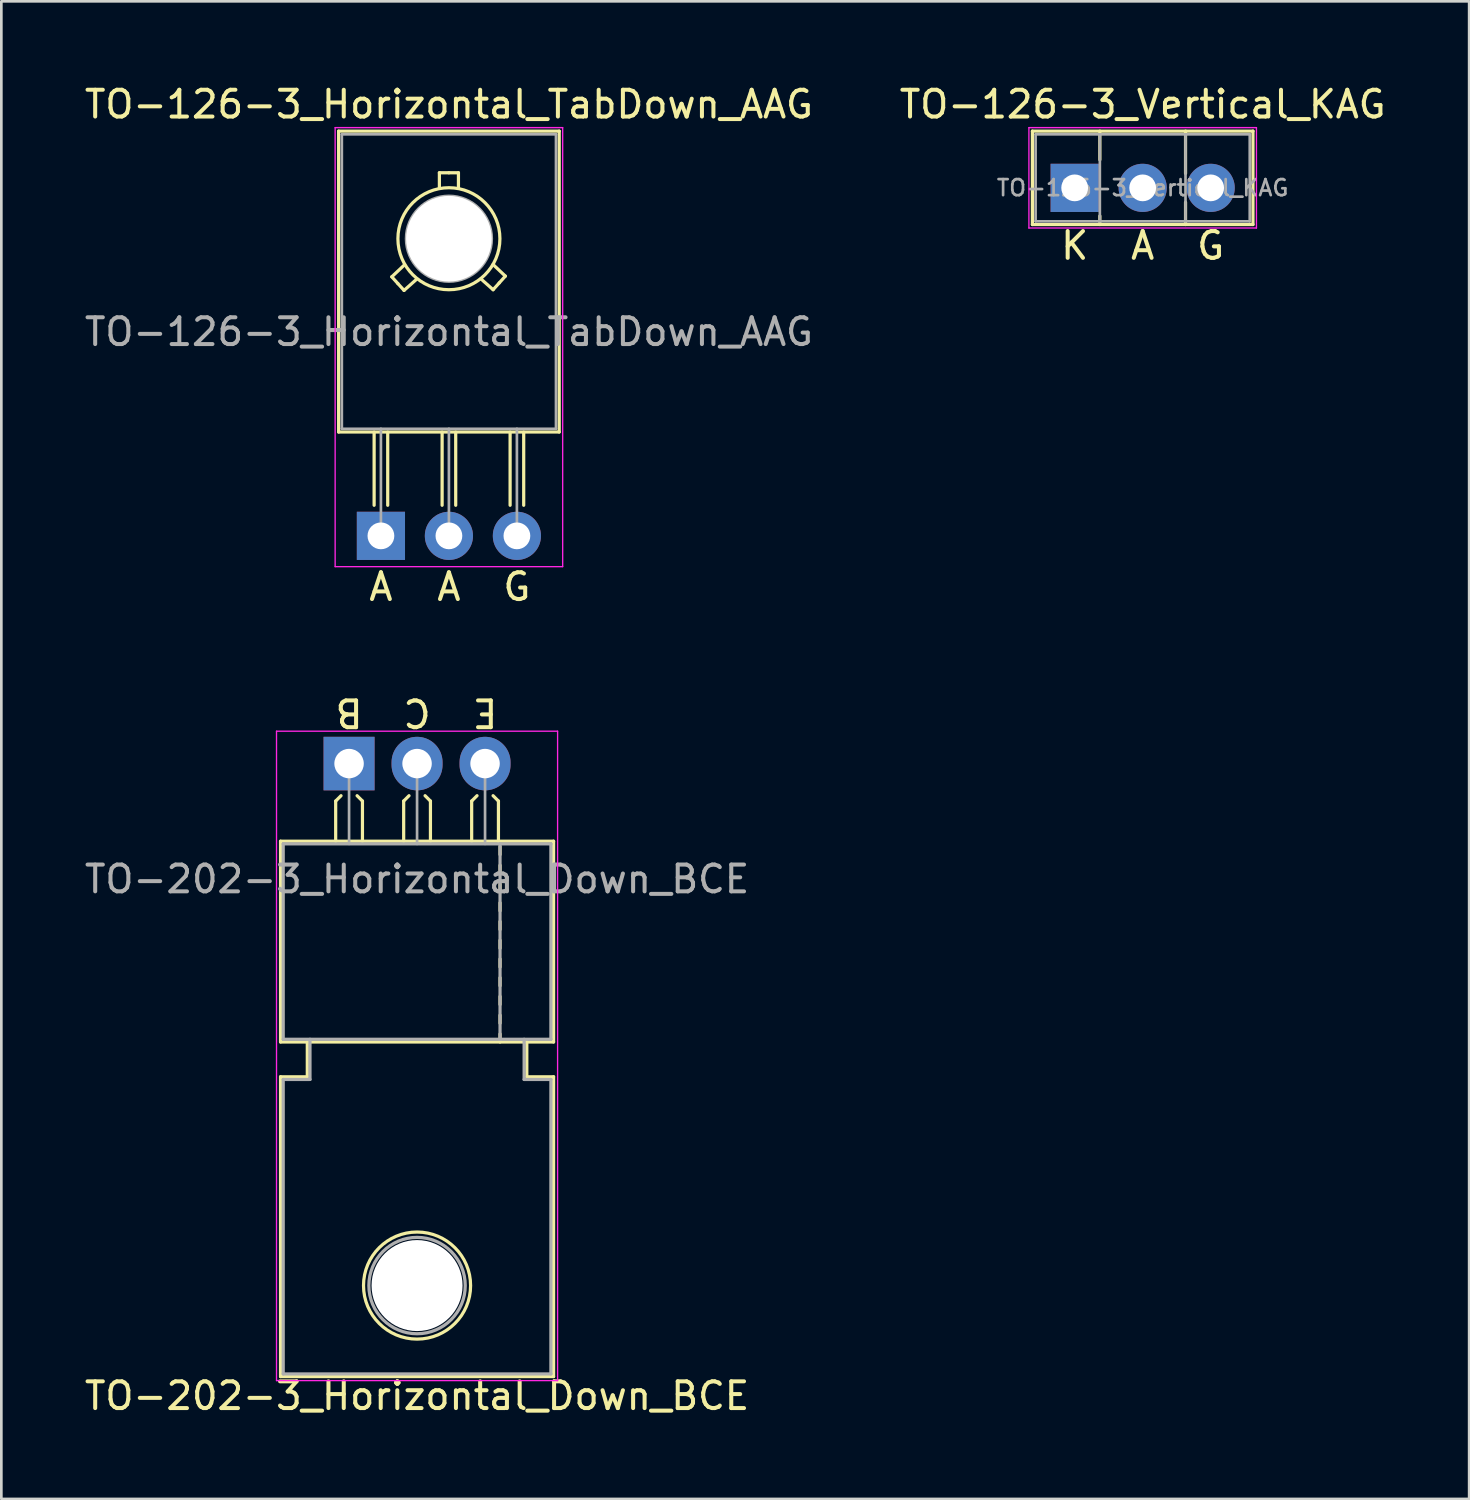
<source format=kicad_pcb>
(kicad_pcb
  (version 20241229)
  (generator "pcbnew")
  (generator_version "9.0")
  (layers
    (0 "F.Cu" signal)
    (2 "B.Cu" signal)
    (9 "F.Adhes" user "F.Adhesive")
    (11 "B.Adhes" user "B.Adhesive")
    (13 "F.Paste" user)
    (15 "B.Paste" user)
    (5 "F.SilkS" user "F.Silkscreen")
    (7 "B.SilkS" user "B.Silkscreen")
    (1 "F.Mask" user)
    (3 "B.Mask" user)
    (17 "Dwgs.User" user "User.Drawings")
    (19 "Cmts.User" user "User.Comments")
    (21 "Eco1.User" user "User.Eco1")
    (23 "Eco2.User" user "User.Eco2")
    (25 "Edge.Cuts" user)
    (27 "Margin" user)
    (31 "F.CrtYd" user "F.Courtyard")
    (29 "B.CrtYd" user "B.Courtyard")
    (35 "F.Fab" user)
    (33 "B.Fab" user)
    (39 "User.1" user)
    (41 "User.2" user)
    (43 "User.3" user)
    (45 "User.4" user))
  (footprint "TO-202-3_Horizontal_Down_BCE"
    (layer "F.Cu")
    (at 9.99 25.475)
    (property "Reference" "TO-202-3_Horizontal_Down_BCE" (at 2.54 23.622 180) (layer "F.SilkS") (effects (font (size 1 1) (thickness 0.15))))
    (fp_line (start -2.56 2.9) (end 7.64 2.9) (stroke (width 0.12) (type solid)) (layer "F.SilkS"))
    (fp_line (start -2.56 10.4) (end -2.56 2.9) (stroke (width 0.12) (type solid)) (layer "F.SilkS"))
    (fp_line (start -2.56 11.7) (end -1.56 11.7) (stroke (width 0.12) (type solid)) (layer "F.SilkS"))
    (fp_line (start -2.56 22.9) (end -2.56 11.7) (stroke (width 0.12) (type solid)) (layer "F.SilkS"))
    (fp_line (start -1.56 10.4) (end -2.56 10.4) (stroke (width 0.12) (type solid)) (layer "F.SilkS"))
    (fp_line (start -1.56 11.7) (end -1.56 10.4) (stroke (width 0.12) (type solid)) (layer "F.SilkS"))
    (fp_line (start -0.5 1.4) (end -0.3 1.2) (stroke (width 0.12) (type solid)) (layer "F.SilkS"))
    (fp_line (start -0.5 2.9) (end -0.5 1.4) (stroke (width 0.12) (type solid)) (layer "F.SilkS"))
    (fp_line (start 0.5 1.4) (end 0.3 1.2) (stroke (width 0.12) (type solid)) (layer "F.SilkS"))
    (fp_line (start 0.5 2.9) (end 0.5 1.4) (stroke (width 0.12) (type solid)) (layer "F.SilkS"))
    (fp_line (start 2.04 1.4) (end 2.24 1.2) (stroke (width 0.12) (type solid)) (layer "F.SilkS"))
    (fp_line (start 2.04 2.9) (end 2.04 1.4) (stroke (width 0.12) (type solid)) (layer "F.SilkS"))
    (fp_line (start 3.04 1.4) (end 2.84 1.2) (stroke (width 0.12) (type solid)) (layer "F.SilkS"))
    (fp_line (start 3.04 2.9) (end 3.04 1.4) (stroke (width 0.12) (type solid)) (layer "F.SilkS"))
    (fp_line (start 4.58 1.4) (end 4.78 1.2) (stroke (width 0.12) (type solid)) (layer "F.SilkS"))
    (fp_line (start 4.58 2.9) (end 4.58 1.4) (stroke (width 0.12) (type solid)) (layer "F.SilkS"))
    (fp_line (start 5.58 1.4) (end 5.38 1.2) (stroke (width 0.12) (type solid)) (layer "F.SilkS"))
    (fp_line (start 5.58 2.9) (end 5.58 1.4) (stroke (width 0.12) (type solid)) (layer "F.SilkS"))
    (fp_line (start 5.64 3.4) (end 5.64 3.1) (stroke (width 0.12) (type solid)) (layer "F.SilkS"))
    (fp_line (start 5.64 4.1) (end 5.64 3.8) (stroke (width 0.12) (type solid)) (layer "F.SilkS"))
    (fp_line (start 5.64 4.8) (end 5.64 4.5) (stroke (width 0.12) (type solid)) (layer "F.SilkS"))
    (fp_line (start 5.64 5.5) (end 5.64 5.2) (stroke (width 0.12) (type solid)) (layer "F.SilkS"))
    (fp_line (start 5.64 6.2) (end 5.64 5.9) (stroke (width 0.12) (type solid)) (layer "F.SilkS"))
    (fp_line (start 5.64 6.9) (end 5.64 6.6) (stroke (width 0.12) (type solid)) (layer "F.SilkS"))
    (fp_line (start 5.64 7.6) (end 5.64 7.3) (stroke (width 0.12) (type solid)) (layer "F.SilkS"))
    (fp_line (start 5.64 8.3) (end 5.64 8) (stroke (width 0.12) (type solid)) (layer "F.SilkS"))
    (fp_line (start 5.64 9) (end 5.64 8.7) (stroke (width 0.12) (type solid)) (layer "F.SilkS"))
    (fp_line (start 5.64 9.7) (end 5.64 9.4) (stroke (width 0.12) (type solid)) (layer "F.SilkS"))
    (fp_line (start 5.64 10.4) (end 5.64 10.1) (stroke (width 0.12) (type solid)) (layer "F.SilkS"))
    (fp_line (start 6.64 10.4) (end -1.56 10.4) (stroke (width 0.12) (type solid)) (layer "F.SilkS"))
    (fp_line (start 6.64 10.4) (end 6.64 11.7) (stroke (width 0.12) (type solid)) (layer "F.SilkS"))
    (fp_line (start 6.64 11.7) (end 7.64 11.7) (stroke (width 0.12) (type solid)) (layer "F.SilkS"))
    (fp_line (start 7.64 2.9) (end 7.64 10.4) (stroke (width 0.12) (type solid)) (layer "F.SilkS"))
    (fp_line (start 7.64 10.4) (end 6.64 10.4) (stroke (width 0.12) (type solid)) (layer "F.SilkS"))
    (fp_line (start 7.64 11.7) (end 7.64 22.9) (stroke (width 0.12) (type solid)) (layer "F.SilkS"))
    (fp_line (start 7.64 22.9) (end -2.56 22.9) (stroke (width 0.12) (type solid)) (layer "F.SilkS"))
    (fp_circle (center 2.54 19.5) (end 0.54 19.5) (stroke (width 0.12) (type solid)) (fill no) (layer "F.SilkS"))
    (fp_line (start -2.71 -1.21) (end -2.71 23.05) (stroke (width 0.05) (type solid)) (layer "F.CrtYd"))
    (fp_line (start -2.71 23.05) (end 7.79 23.05) (stroke (width 0.05) (type solid)) (layer "F.CrtYd"))
    (fp_line (start 7.79 -1.21) (end -2.71 -1.21) (stroke (width 0.05) (type solid)) (layer "F.CrtYd"))
    (fp_line (start 7.79 23.05) (end 7.79 -1.21) (stroke (width 0.05) (type solid)) (layer "F.CrtYd"))
    (fp_line (start -2.46 3) (end -2.46 10.3) (stroke (width 0.12) (type solid)) (layer "F.Fab"))
    (fp_line (start -2.46 10.3) (end 7.54 10.3) (stroke (width 0.12) (type solid)) (layer "F.Fab"))
    (fp_line (start -2.46 11.8) (end -1.46 11.8) (stroke (width 0.12) (type solid)) (layer "F.Fab"))
    (fp_line (start -2.46 22.8) (end -2.46 11.8) (stroke (width 0.12) (type solid)) (layer "F.Fab"))
    (fp_line (start -1.46 11.8) (end -1.46 10.3) (stroke (width 0.12) (type solid)) (layer "F.Fab"))
    (fp_line (start 0 0) (end 0 3) (stroke (width 0.1) (type solid)) (layer "F.Fab"))
    (fp_line (start 2.54 0) (end 2.54 3) (stroke (width 0.1) (type solid)) (layer "F.Fab"))
    (fp_line (start 5.08 0) (end 5.08 3) (stroke (width 0.1) (type solid)) (layer "F.Fab"))
    (fp_line (start 5.64 3) (end 5.64 10.3) (stroke (width 0.12) (type solid)) (layer "F.Fab"))
    (fp_line (start 6.54 10.3) (end 6.54 11.8) (stroke (width 0.12) (type solid)) (layer "F.Fab"))
    (fp_line (start 6.54 11.8) (end 7.54 11.8) (stroke (width 0.12) (type solid)) (layer "F.Fab"))
    (fp_line (start 7.54 3) (end -2.46 3) (stroke (width 0.12) (type solid)) (layer "F.Fab"))
    (fp_line (start 7.54 10.3) (end 7.54 3) (stroke (width 0.12) (type solid)) (layer "F.Fab"))
    (fp_line (start 7.54 11.8) (end 7.54 22.8) (stroke (width 0.12) (type solid)) (layer "F.Fab"))
    (fp_line (start 7.54 22.8) (end -2.46 22.8) (stroke (width 0.12) (type solid)) (layer "F.Fab"))
    (fp_circle (center 2.54 19.5) (end 0.74 19.5) (stroke (width 0.12) (type solid)) (fill no) (layer "F.Fab"))
    (fp_text user "B" (at 0 -1.905 180) (unlocked yes) (layer "F.SilkS") (effects (font (size 1 1) (thickness 0.15))))
    (fp_text user "C" (at 2.54 -1.905 180) (unlocked yes) (layer "F.SilkS") (effects (font (size 1 1) (thickness 0.15))))
    (fp_text user "E" (at 5.08 -1.905 180) (unlocked yes) (layer "F.SilkS") (effects (font (size 1 1) (thickness 0.15))))
    (fp_text user "${REFERENCE}" (at 2.54 4.318 180) (layer "F.Fab") (effects (font (size 1 1) (thickness 0.15))))
    (pad "" np_thru_hole circle (at 2.54 19.5 180) (size 3.4 3.4) (drill 3.4) (layers "*.Cu" "*.Mask"))
    (pad "1" thru_hole rect (at 0 0) (size 1.905 2) (drill 1.1) (layers "*.Cu" "*.Mask"))
    (pad "2" thru_hole oval (at 2.54 0) (size 1.905 2) (drill 1.1) (layers "*.Cu" "*.Mask"))
    (pad "3" thru_hole oval (at 5.08 0) (size 1.905 2) (drill 1.1) (layers "*.Cu" "*.Mask")))
  (footprint "TO-126-3_Horizontal_TabDown_AAG"
    (layer "F.Cu")
    (at 11.18 16.968)
    (property "Reference" "TO-126-3_Horizontal_TabDown_AAG" (at 2.54 -16.12 0) (layer "F.SilkS") (effects (font (size 1 1) (thickness 0.15))))
    (fp_line (start -1.58 -15.12) (end -1.58 -3.88) (stroke (width 0.12) (type solid)) (layer "F.SilkS"))
    (fp_line (start -1.58 -15.12) (end 6.66 -15.12) (stroke (width 0.12) (type solid)) (layer "F.SilkS"))
    (fp_line (start -1.58 -3.88) (end 6.66 -3.88) (stroke (width 0.12) (type solid)) (layer "F.SilkS"))
    (fp_line (start -0.254 -1.143) (end -0.254 -3.873) (stroke (width 0.12) (type solid)) (layer "F.SilkS"))
    (fp_line (start 0.254 -3.873) (end 0.254 -1.143) (stroke (width 0.12) (type solid)) (layer "F.SilkS"))
    (fp_line (start 0.406 -9.677) (end 0.864 -10.109) (stroke (width 0.12) (type solid)) (layer "F.SilkS"))
    (fp_line (start 0.635 -9.423) (end 0.406 -9.677) (stroke (width 0.12) (type solid)) (layer "F.SilkS"))
    (fp_line (start 0.864 -9.169) (end 0.635 -9.423) (stroke (width 0.12) (type solid)) (layer "F.SilkS"))
    (fp_line (start 0.864 -9.169) (end 1.321 -9.576) (stroke (width 0.12) (type solid)) (layer "F.SilkS"))
    (fp_line (start 2.184 -13.564) (end 2.184 -13.005) (stroke (width 0.12) (type solid)) (layer "F.SilkS"))
    (fp_line (start 2.184 -13.564) (end 2.54 -13.564) (stroke (width 0.12) (type solid)) (layer "F.SilkS"))
    (fp_line (start 2.286 -1.143) (end 2.286 -3.873) (stroke (width 0.12) (type solid)) (layer "F.SilkS"))
    (fp_line (start 2.54 -13.564) (end 2.896 -13.564) (stroke (width 0.12) (type solid)) (layer "F.SilkS"))
    (fp_line (start 2.794 -3.873) (end 2.794 -1.143) (stroke (width 0.12) (type solid)) (layer "F.SilkS"))
    (fp_line (start 2.896 -13.564) (end 2.896 -12.979) (stroke (width 0.12) (type solid)) (layer "F.SilkS"))
    (fp_line (start 4.191 -9.195) (end 3.734 -9.601) (stroke (width 0.12) (type solid)) (layer "F.SilkS"))
    (fp_line (start 4.191 -9.195) (end 4.42 -9.449) (stroke (width 0.12) (type solid)) (layer "F.SilkS"))
    (fp_line (start 4.42 -9.449) (end 4.648 -9.703) (stroke (width 0.12) (type solid)) (layer "F.SilkS"))
    (fp_line (start 4.648 -9.703) (end 4.191 -10.135) (stroke (width 0.12) (type solid)) (layer "F.SilkS"))
    (fp_line (start 4.826 -1.143) (end 4.826 -3.873) (stroke (width 0.12) (type solid)) (layer "F.SilkS"))
    (fp_line (start 5.334 -3.873) (end 5.334 -1.143) (stroke (width 0.12) (type solid)) (layer "F.SilkS"))
    (fp_line (start 6.66 -15.12) (end 6.66 -3.88) (stroke (width 0.12) (type solid)) (layer "F.SilkS"))
    (fp_circle (center 2.54 -11.1) (end 4.445 -11.125) (stroke (width 0.12) (type solid)) (fill no) (layer "F.SilkS"))
    (fp_line (start -1.71 -15.25) (end -1.71 1.15) (stroke (width 0.05) (type solid)) (layer "F.CrtYd"))
    (fp_line (start -1.71 1.15) (end 6.79 1.15) (stroke (width 0.05) (type solid)) (layer "F.CrtYd"))
    (fp_line (start 6.79 -15.25) (end -1.71 -15.25) (stroke (width 0.05) (type solid)) (layer "F.CrtYd"))
    (fp_line (start 6.79 1.15) (end 6.79 -15.25) (stroke (width 0.05) (type solid)) (layer "F.CrtYd"))
    (fp_line (start -1.46 -15) (end 6.54 -15) (stroke (width 0.1) (type solid)) (layer "F.Fab"))
    (fp_line (start -1.46 -4) (end -1.46 -15) (stroke (width 0.1) (type solid)) (layer "F.Fab"))
    (fp_line (start 0 -4) (end 0 0) (stroke (width 0.1) (type solid)) (layer "F.Fab"))
    (fp_line (start 2.54 -4) (end 2.54 0) (stroke (width 0.1) (type solid)) (layer "F.Fab"))
    (fp_line (start 5.08 -4) (end 5.08 0) (stroke (width 0.1) (type solid)) (layer "F.Fab"))
    (fp_line (start 6.54 -15) (end 6.54 -4) (stroke (width 0.1) (type solid)) (layer "F.Fab"))
    (fp_line (start 6.54 -4) (end -1.46 -4) (stroke (width 0.1) (type solid)) (layer "F.Fab"))
    (fp_circle (center 2.54 -11.1) (end 4.14 -11.1) (stroke (width 0.1) (type solid)) (fill no) (layer "F.Fab"))
    (fp_text user "G" (at 5.08 1.905 0) (unlocked yes) (layer "F.SilkS") (effects (font (size 1 1) (thickness 0.15))))
    (fp_text user "A" (at 0 1.905 0) (unlocked yes) (layer "F.SilkS") (effects (font (size 1 1) (thickness 0.15))))
    (fp_text user "A" (at 2.54 1.905 0) (unlocked yes) (layer "F.SilkS") (effects (font (size 1 1) (thickness 0.15))))
    (fp_text user "${REFERENCE}" (at 2.54 -7.62 0) (layer "F.Fab") (effects (font (size 1 1) (thickness 0.15))))
    (pad "" np_thru_hole oval (at 2.54 -11.1) (size 3.2 3.2) (drill 3.2) (layers "*.Cu" "*.Mask"))
    (pad "1" thru_hole rect (at 0 0) (size 1.8 1.8) (drill 1) (layers "*.Cu" "*.Mask"))
    (pad "2" thru_hole oval (at 2.54 0) (size 1.8 1.8) (drill 1) (layers "*.Cu" "*.Mask"))
    (pad "3" thru_hole oval (at 5.08 0) (size 1.8 1.8) (drill 1) (layers "*.Cu" "*.Mask")))
  (footprint "TO-126-3_Vertical_KAG"
    (layer "F.Cu")
    (at 37.097 3.968)
    (property "Reference" "TO-126-3_Vertical_KAG" (at 2.54 -3.12 0) (layer "F.SilkS") (effects (font (size 1 1) (thickness 0.15))))
    (fp_line (start -1.58 -2.12) (end -1.58 1.37) (stroke (width 0.12) (type solid)) (layer "F.SilkS"))
    (fp_line (start -1.58 -2.12) (end 6.66 -2.12) (stroke (width 0.12) (type solid)) (layer "F.SilkS"))
    (fp_line (start -1.58 1.37) (end 6.66 1.37) (stroke (width 0.12) (type solid)) (layer "F.SilkS"))
    (fp_line (start 0.94 -2.12) (end 0.94 -1.05) (stroke (width 0.12) (type solid)) (layer "F.SilkS"))
    (fp_line (start 0.94 1.05) (end 0.94 1.37) (stroke (width 0.12) (type solid)) (layer "F.SilkS"))
    (fp_line (start 4.141 -2.12) (end 4.141 -0.54) (stroke (width 0.12) (type solid)) (layer "F.SilkS"))
    (fp_line (start 4.141 0.54) (end 4.141 1.37) (stroke (width 0.12) (type solid)) (layer "F.SilkS"))
    (fp_line (start 6.66 -2.12) (end 6.66 1.37) (stroke (width 0.12) (type solid)) (layer "F.SilkS"))
    (fp_line (start -1.71 -2.25) (end -1.71 1.5) (stroke (width 0.05) (type solid)) (layer "F.CrtYd"))
    (fp_line (start -1.71 1.5) (end 6.79 1.5) (stroke (width 0.05) (type solid)) (layer "F.CrtYd"))
    (fp_line (start 6.79 -2.25) (end -1.71 -2.25) (stroke (width 0.05) (type solid)) (layer "F.CrtYd"))
    (fp_line (start 6.79 1.5) (end 6.79 -2.25) (stroke (width 0.05) (type solid)) (layer "F.CrtYd"))
    (fp_line (start -1.46 -2) (end -1.46 1.25) (stroke (width 0.1) (type solid)) (layer "F.Fab"))
    (fp_line (start -1.46 1.25) (end 6.54 1.25) (stroke (width 0.1) (type solid)) (layer "F.Fab"))
    (fp_line (start 0.94 -2) (end 0.94 1.25) (stroke (width 0.1) (type solid)) (layer "F.Fab"))
    (fp_line (start 4.14 -2) (end 4.14 1.25) (stroke (width 0.1) (type solid)) (layer "F.Fab"))
    (fp_line (start 6.54 -2) (end -1.46 -2) (stroke (width 0.1) (type solid)) (layer "F.Fab"))
    (fp_line (start 6.54 1.25) (end 6.54 -2) (stroke (width 0.1) (type solid)) (layer "F.Fab"))
    (fp_text user "G" (at 5.08 2.159 0) (unlocked yes) (layer "F.SilkS") (effects (font (size 1 1) (thickness 0.15))))
    (fp_text user "K" (at 0 2.159 0) (unlocked yes) (layer "F.SilkS") (effects (font (size 1 1) (thickness 0.15))))
    (fp_text user "A" (at 2.54 2.159 0) (unlocked yes) (layer "F.SilkS") (effects (font (size 1 1) (thickness 0.15))))
    (fp_text user "${REFERENCE}" (at 2.54 0 0) (layer "F.Fab") (effects (font (size 0.6 0.6) (thickness 0.1))))
    (pad "1" thru_hole rect (at 0 0) (size 1.8 1.8) (drill 1) (layers "*.Cu" "*.Mask"))
    (pad "2" thru_hole oval (at 2.54 0) (size 1.8 1.8) (drill 1) (layers "*.Cu" "*.Mask"))
    (pad "3" thru_hole oval (at 5.08 0) (size 1.8 1.8) (drill 1) (layers "*.Cu" "*.Mask")))
  (gr_rect
    (start -3 -3)
    (end 51.833 52.945)
    (stroke (width 0.1) (type default))
    (fill no)
    (layer "Edge.Cuts")))
</source>
